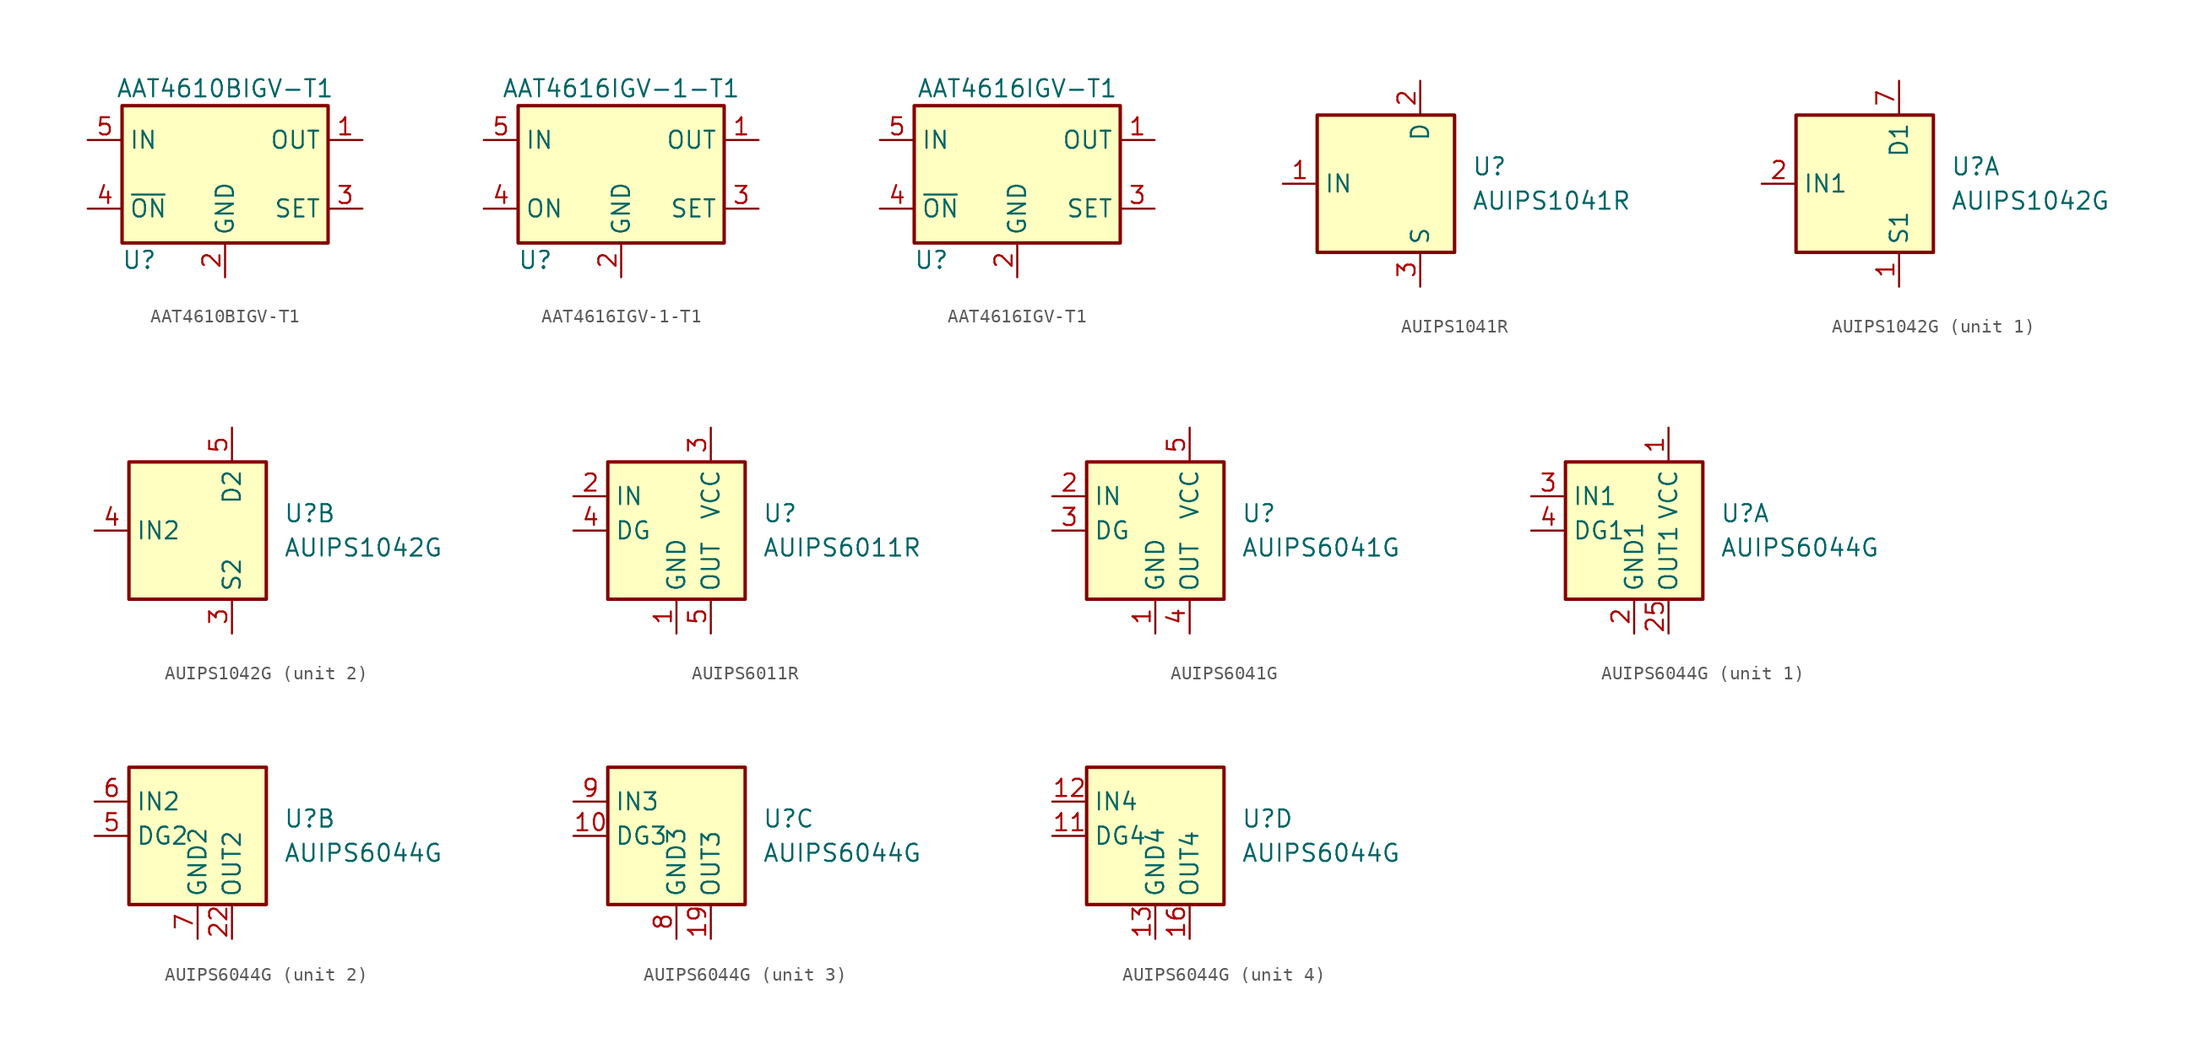
<source format=kicad_sym>
(kicad_symbol_lib
  (version 20201005)
  (generator kicad_symbol_editor)
  (symbol "AAT4610BIGV-T1"
    (property "Reference" "U"
      (at -6.35 -6.35 0)
      (effects (font (size 1.27 1.27))))
    (property "Value" "AAT4610BIGV-T1"
      (at 0 6.35 0)
      (effects (font (size 1.27 1.27))))
    (symbol "AAT4610BIGV-T1_0_1"
      (rectangle (start -7.62 5.08) (end 7.62 -5.08) (stroke (width 0.254)) (fill (type background))))
    (symbol "AAT4610BIGV-T1_1_1"
      (pin power_out line (at 10.16 2.54 180) (length 2.54) (name "OUT" (effects (font (size 1.27 1.27)))) (number "1" (effects (font (size 1.27 1.27)))))
      (pin power_in line (at 0 -7.62 90) (length 2.54) (name "GND" (effects (font (size 1.27 1.27)))) (number "2" (effects (font (size 1.27 1.27)))))
      (pin passive line (at 10.16 -2.54 180) (length 2.54) (name "SET" (effects (font (size 1.27 1.27)))) (number "3" (effects (font (size 1.27 1.27)))))
      (pin input line (at -10.16 -2.54 0) (length 2.54) (name "~ON" (effects (font (size 1.27 1.27)))) (number "4" (effects (font (size 1.27 1.27)))))
      (pin power_in line (at -10.16 2.54 0) (length 2.54) (name "IN" (effects (font (size 1.27 1.27)))) (number "5" (effects (font (size 1.27 1.27)))))))
  (symbol "AAT4616IGV-1-T1"
    (property "Reference" "U"
      (at -6.35 -6.35 0)
      (effects (font (size 1.27 1.27))))
    (property "Value" "AAT4616IGV-1-T1"
      (at 0 6.35 0)
      (effects (font (size 1.27 1.27))))
    (symbol "AAT4616IGV-1-T1_0_1"
      (rectangle (start -7.62 5.08) (end 7.62 -5.08) (stroke (width 0.254)) (fill (type background))))
    (symbol "AAT4616IGV-1-T1_1_1"
      (pin power_out line (at 10.16 2.54 180) (length 2.54) (name "OUT" (effects (font (size 1.27 1.27)))) (number "1" (effects (font (size 1.27 1.27)))))
      (pin power_in line (at 0 -7.62 90) (length 2.54) (name "GND" (effects (font (size 1.27 1.27)))) (number "2" (effects (font (size 1.27 1.27)))))
      (pin passive line (at 10.16 -2.54 180) (length 2.54) (name "SET" (effects (font (size 1.27 1.27)))) (number "3" (effects (font (size 1.27 1.27)))))
      (pin input line (at -10.16 -2.54 0) (length 2.54) (name "ON" (effects (font (size 1.27 1.27)))) (number "4" (effects (font (size 1.27 1.27)))))
      (pin power_in line (at -10.16 2.54 0) (length 2.54) (name "IN" (effects (font (size 1.27 1.27)))) (number "5" (effects (font (size 1.27 1.27)))))))
  (symbol "AAT4616IGV-T1"
    (property "Reference" "U"
      (at -6.35 -6.35 0)
      (effects (font (size 1.27 1.27))))
    (property "Value" "AAT4616IGV-T1"
      (at 0 6.35 0)
      (effects (font (size 1.27 1.27))))
    (symbol "AAT4616IGV-T1_0_1"
      (rectangle (start -7.62 5.08) (end 7.62 -5.08) (stroke (width 0.254)) (fill (type background))))
    (symbol "AAT4616IGV-T1_1_1"
      (pin power_out line (at 10.16 2.54 180) (length 2.54) (name "OUT" (effects (font (size 1.27 1.27)))) (number "1" (effects (font (size 1.27 1.27)))))
      (pin power_in line (at 0 -7.62 90) (length 2.54) (name "GND" (effects (font (size 1.27 1.27)))) (number "2" (effects (font (size 1.27 1.27)))))
      (pin passive line (at 10.16 -2.54 180) (length 2.54) (name "SET" (effects (font (size 1.27 1.27)))) (number "3" (effects (font (size 1.27 1.27)))))
      (pin input line (at -10.16 -2.54 0) (length 2.54) (name "~ON" (effects (font (size 1.27 1.27)))) (number "4" (effects (font (size 1.27 1.27)))))
      (pin power_in line (at -10.16 2.54 0) (length 2.54) (name "IN" (effects (font (size 1.27 1.27)))) (number "5" (effects (font (size 1.27 1.27)))))))
  (symbol "AUIPS1041R"
    (property "Reference" "U"
      (at 3.81 1.27 0)
      (effects (font (size 1.27 1.27)) (justify left)))
    (property "Value" "AUIPS1041R"
      (at 3.81 -1.27 0)
      (effects (font (size 1.27 1.27)) (justify left)))
    (symbol "AUIPS1041R_0_1"
      (rectangle (start -7.62 5.08) (end 2.54 -5.08) (stroke (width 0.254)) (fill (type background))))
    (symbol "AUIPS1041R_1_1"
      (pin input line (at -10.16 0 0) (length 2.54) (name "IN" (effects (font (size 1.27 1.27)))) (number "1" (effects (font (size 1.27 1.27)))))
      (pin passive line (at 0 7.62 270) (length 2.54) (name "D" (effects (font (size 1.27 1.27)))) (number "2" (effects (font (size 1.27 1.27)))))
      (pin power_in line (at 0 -7.62 90) (length 2.54) (name "S" (effects (font (size 1.27 1.27)))) (number "3" (effects (font (size 1.27 1.27)))))))
  (symbol "AUIPS1042G"
    (property "Reference" "U"
      (at 3.81 1.27 0)
      (effects (font (size 1.27 1.27)) (justify left)))
    (property "Value" "AUIPS1042G"
      (at 3.81 -1.27 0)
      (effects (font (size 1.27 1.27)) (justify left)))
    (symbol "AUIPS1042G_0_1"
      (rectangle (start -7.62 5.08) (end 2.54 -5.08) (stroke (width 0.254)) (fill (type background))))
    (symbol "AUIPS1042G_1_1"
      (pin power_in line (at 0 -7.62 90) (length 2.54) (name "S1" (effects (font (size 1.27 1.27)))) (number "1" (effects (font (size 1.27 1.27)))))
      (pin input line (at -10.16 0 0) (length 2.54) (name "IN1" (effects (font (size 1.27 1.27)))) (number "2" (effects (font (size 1.27 1.27)))))
      (pin passive line (at 0 7.62 270) (length 2.54) (name "D1" (effects (font (size 1.27 1.27)))) (number "7" (effects (font (size 1.27 1.27)))))
      (pin passive line (at 0 7.62 270) (length 2.54) hide (name "D1" (effects (font (size 1.27 1.27)))) (number "8" (effects (font (size 1.27 1.27))))))
    (symbol "AUIPS1042G_2_1"
      (pin power_in line (at 0 -7.62 90) (length 2.54) (name "S2" (effects (font (size 1.27 1.27)))) (number "3" (effects (font (size 1.27 1.27)))))
      (pin input line (at -10.16 0 0) (length 2.54) (name "IN2" (effects (font (size 1.27 1.27)))) (number "4" (effects (font (size 1.27 1.27)))))
      (pin passive line (at 0 7.62 270) (length 2.54) (name "D2" (effects (font (size 1.27 1.27)))) (number "5" (effects (font (size 1.27 1.27)))))
      (pin passive line (at 0 7.62 270) (length 2.54) hide (name "D2" (effects (font (size 1.27 1.27)))) (number "6" (effects (font (size 1.27 1.27)))))))
  (symbol "AUIPS6011R"
    (property "Reference" "U"
      (at 3.81 1.27 0)
      (effects (font (size 1.27 1.27)) (justify left)))
    (property "Value" "AUIPS6011R"
      (at 3.81 -1.27 0)
      (effects (font (size 1.27 1.27)) (justify left)))
    (symbol "AUIPS6011R_0_1"
      (rectangle (start -7.62 5.08) (end 2.54 -5.08) (stroke (width 0.254)) (fill (type background))))
    (symbol "AUIPS6011R_1_1"
      (pin power_in line (at -2.54 -7.62 90) (length 2.54) (name "GND" (effects (font (size 1.27 1.27)))) (number "1" (effects (font (size 1.27 1.27)))))
      (pin input line (at -10.16 2.54 0) (length 2.54) (name "IN" (effects (font (size 1.27 1.27)))) (number "2" (effects (font (size 1.27 1.27)))))
      (pin power_in line (at 0 7.62 270) (length 2.54) (name "VCC" (effects (font (size 1.27 1.27)))) (number "3" (effects (font (size 1.27 1.27)))))
      (pin open_collector line (at -10.16 0 0) (length 2.54) (name "DG" (effects (font (size 1.27 1.27)))) (number "4" (effects (font (size 1.27 1.27)))))
      (pin power_out line (at 0 -7.62 90) (length 2.54) (name "OUT" (effects (font (size 1.27 1.27)))) (number "5" (effects (font (size 1.27 1.27)))))))
  (symbol "AUIPS6041G"
    (property "Reference" "U"
      (at 3.81 1.27 0)
      (effects (font (size 1.27 1.27)) (justify left)))
    (property "Value" "AUIPS6041G"
      (at 3.81 -1.27 0)
      (effects (font (size 1.27 1.27)) (justify left)))
    (symbol "AUIPS6041G_0_1"
      (rectangle (start -7.62 5.08) (end 2.54 -5.08) (stroke (width 0.254)) (fill (type background))))
    (symbol "AUIPS6041G_1_1"
      (pin power_in line (at -2.54 -7.62 90) (length 2.54) (name "GND" (effects (font (size 1.27 1.27)))) (number "1" (effects (font (size 1.27 1.27)))))
      (pin input line (at -10.16 2.54 0) (length 2.54) (name "IN" (effects (font (size 1.27 1.27)))) (number "2" (effects (font (size 1.27 1.27)))))
      (pin open_collector line (at -10.16 0 0) (length 2.54) (name "DG" (effects (font (size 1.27 1.27)))) (number "3" (effects (font (size 1.27 1.27)))))
      (pin power_out line (at 0 -7.62 90) (length 2.54) (name "OUT" (effects (font (size 1.27 1.27)))) (number "4" (effects (font (size 1.27 1.27)))))
      (pin power_in line (at 0 7.62 270) (length 2.54) (name "VCC" (effects (font (size 1.27 1.27)))) (number "5" (effects (font (size 1.27 1.27)))))
      (pin passive line (at 0 7.62 270) (length 2.54) hide (name "VCC" (effects (font (size 1.27 1.27)))) (number "6" (effects (font (size 1.27 1.27)))))
      (pin passive line (at 0 7.62 270) (length 2.54) hide (name "VCC" (effects (font (size 1.27 1.27)))) (number "7" (effects (font (size 1.27 1.27)))))
      (pin passive line (at 0 7.62 270) (length 2.54) hide (name "VCC" (effects (font (size 1.27 1.27)))) (number "8" (effects (font (size 1.27 1.27)))))))
  (symbol "AUIPS6044G"
    (property "Reference" "U"
      (at 3.81 1.27 0)
      (effects (font (size 1.27 1.27)) (justify left)))
    (property "Value" "AUIPS6044G"
      (at 3.81 -1.27 0)
      (effects (font (size 1.27 1.27)) (justify left)))
    (symbol "AUIPS6044G_0_1"
      (rectangle (start -7.62 5.08) (end 2.54 -5.08) (stroke (width 0.254)) (fill (type background))))
    (symbol "AUIPS6044G_1_1"
      (pin power_in line (at 0 7.62 270) (length 2.54) (name "VCC" (effects (font (size 1.27 1.27)))) (number "1" (effects (font (size 1.27 1.27)))))
      (pin passive line (at 0 7.62 270) (length 2.54) hide (name "VCC" (effects (font (size 1.27 1.27)))) (number "14" (effects (font (size 1.27 1.27)))))
      (pin passive line (at 0 7.62 270) (length 2.54) hide (name "VCC" (effects (font (size 1.27 1.27)))) (number "15" (effects (font (size 1.27 1.27)))))
      (pin power_in line (at -2.54 -7.62 90) (length 2.54) (name "GND1" (effects (font (size 1.27 1.27)))) (number "2" (effects (font (size 1.27 1.27)))))
      (pin power_out line (at 0 -7.62 90) (length 2.54) (name "OUT1" (effects (font (size 1.27 1.27)))) (number "25" (effects (font (size 1.27 1.27)))))
      (pin passive line (at 0 -7.62 90) (length 2.54) hide (name "OUT1" (effects (font (size 1.27 1.27)))) (number "26" (effects (font (size 1.27 1.27)))))
      (pin passive line (at 0 -7.62 90) (length 2.54) hide (name "OUT1" (effects (font (size 1.27 1.27)))) (number "27" (effects (font (size 1.27 1.27)))))
      (pin passive line (at 0 7.62 270) (length 2.54) hide (name "VCC" (effects (font (size 1.27 1.27)))) (number "28" (effects (font (size 1.27 1.27)))))
      (pin input line (at -10.16 2.54 0) (length 2.54) (name "IN1" (effects (font (size 1.27 1.27)))) (number "3" (effects (font (size 1.27 1.27)))))
      (pin open_collector line (at -10.16 0 0) (length 2.54) (name "DG1" (effects (font (size 1.27 1.27)))) (number "4" (effects (font (size 1.27 1.27))))))
    (symbol "AUIPS6044G_2_1"
      (pin power_out line (at 0 -7.62 90) (length 2.54) (name "OUT2" (effects (font (size 1.27 1.27)))) (number "22" (effects (font (size 1.27 1.27)))))
      (pin passive line (at 0 -7.62 90) (length 2.54) hide (name "OUT2" (effects (font (size 1.27 1.27)))) (number "23" (effects (font (size 1.27 1.27)))))
      (pin passive line (at 0 -7.62 90) (length 2.54) hide (name "OUT2" (effects (font (size 1.27 1.27)))) (number "24" (effects (font (size 1.27 1.27)))))
      (pin open_collector line (at -10.16 0 0) (length 2.54) (name "DG2" (effects (font (size 1.27 1.27)))) (number "5" (effects (font (size 1.27 1.27)))))
      (pin input line (at -10.16 2.54 0) (length 2.54) (name "IN2" (effects (font (size 1.27 1.27)))) (number "6" (effects (font (size 1.27 1.27)))))
      (pin power_in line (at -2.54 -7.62 90) (length 2.54) (name "GND2" (effects (font (size 1.27 1.27)))) (number "7" (effects (font (size 1.27 1.27))))))
    (symbol "AUIPS6044G_3_1"
      (pin open_collector line (at -10.16 0 0) (length 2.54) (name "DG3" (effects (font (size 1.27 1.27)))) (number "10" (effects (font (size 1.27 1.27)))))
      (pin power_out line (at 0 -7.62 90) (length 2.54) (name "OUT3" (effects (font (size 1.27 1.27)))) (number "19" (effects (font (size 1.27 1.27)))))
      (pin passive line (at 0 -7.62 90) (length 2.54) hide (name "OUT3" (effects (font (size 1.27 1.27)))) (number "20" (effects (font (size 1.27 1.27)))))
      (pin passive line (at 0 -7.62 90) (length 2.54) hide (name "OUT3" (effects (font (size 1.27 1.27)))) (number "21" (effects (font (size 1.27 1.27)))))
      (pin power_in line (at -2.54 -7.62 90) (length 2.54) (name "GND3" (effects (font (size 1.27 1.27)))) (number "8" (effects (font (size 1.27 1.27)))))
      (pin input line (at -10.16 2.54 0) (length 2.54) (name "IN3" (effects (font (size 1.27 1.27)))) (number "9" (effects (font (size 1.27 1.27))))))
    (symbol "AUIPS6044G_4_1"
      (pin open_collector line (at -10.16 0 0) (length 2.54) (name "DG4" (effects (font (size 1.27 1.27)))) (number "11" (effects (font (size 1.27 1.27)))))
      (pin input line (at -10.16 2.54 0) (length 2.54) (name "IN4" (effects (font (size 1.27 1.27)))) (number "12" (effects (font (size 1.27 1.27)))))
      (pin power_in line (at -2.54 -7.62 90) (length 2.54) (name "GND4" (effects (font (size 1.27 1.27)))) (number "13" (effects (font (size 1.27 1.27)))))
      (pin power_out line (at 0 -7.62 90) (length 2.54) (name "OUT4" (effects (font (size 1.27 1.27)))) (number "16" (effects (font (size 1.27 1.27)))))
      (pin passive line (at 0 -7.62 90) (length 2.54) hide (name "OUT4" (effects (font (size 1.27 1.27)))) (number "17" (effects (font (size 1.27 1.27)))))
      (pin passive line (at 0 -7.62 90) (length 2.54) hide (name "OUT4" (effects (font (size 1.27 1.27)))) (number "18" (effects (font (size 1.27 1.27))))))))
</source>
